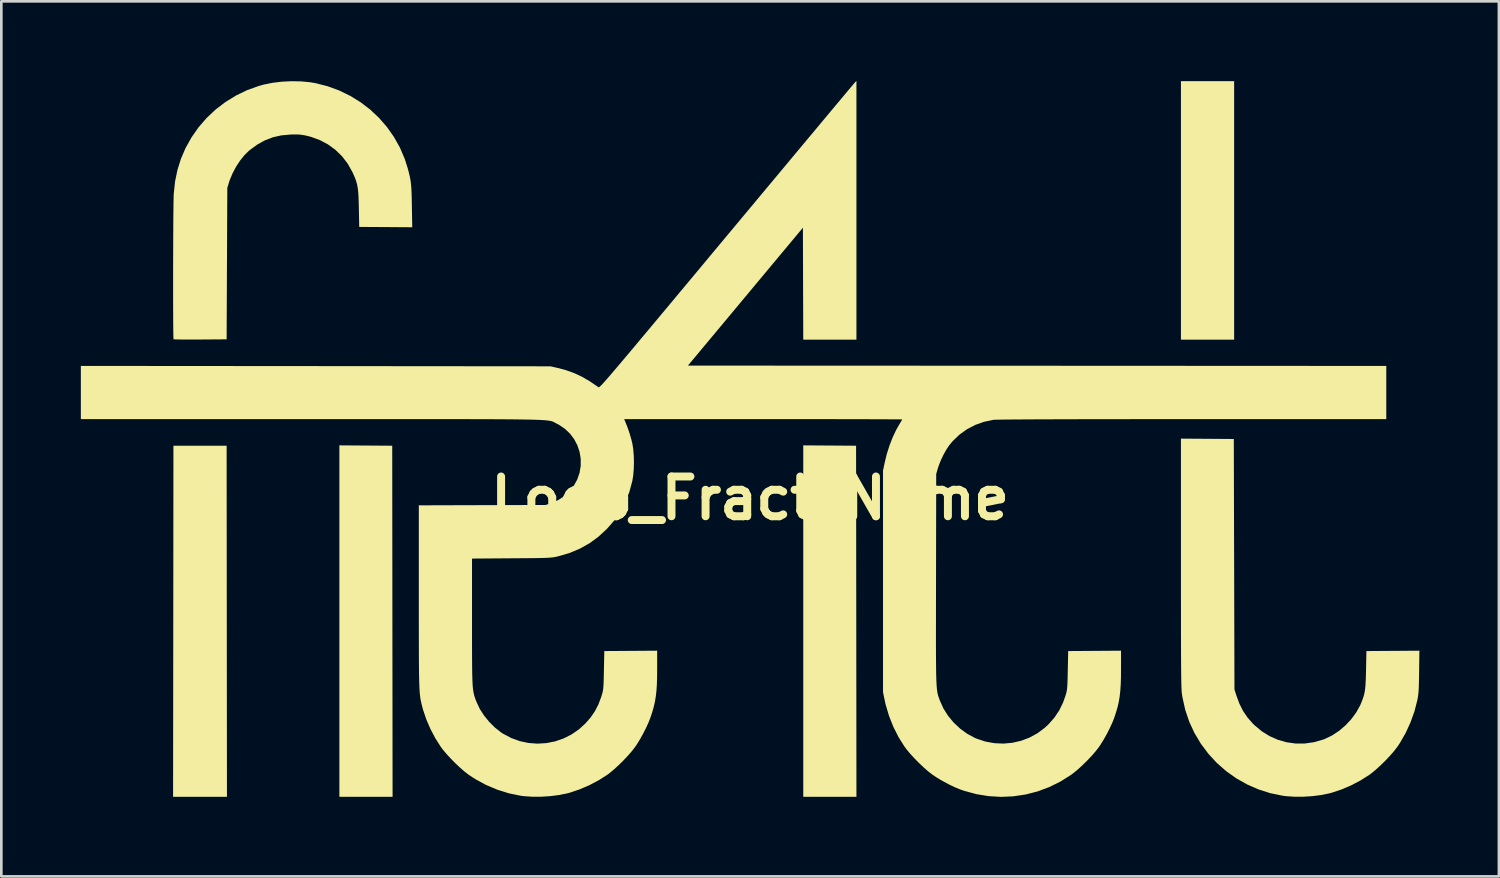
<source format=kicad_pcb>
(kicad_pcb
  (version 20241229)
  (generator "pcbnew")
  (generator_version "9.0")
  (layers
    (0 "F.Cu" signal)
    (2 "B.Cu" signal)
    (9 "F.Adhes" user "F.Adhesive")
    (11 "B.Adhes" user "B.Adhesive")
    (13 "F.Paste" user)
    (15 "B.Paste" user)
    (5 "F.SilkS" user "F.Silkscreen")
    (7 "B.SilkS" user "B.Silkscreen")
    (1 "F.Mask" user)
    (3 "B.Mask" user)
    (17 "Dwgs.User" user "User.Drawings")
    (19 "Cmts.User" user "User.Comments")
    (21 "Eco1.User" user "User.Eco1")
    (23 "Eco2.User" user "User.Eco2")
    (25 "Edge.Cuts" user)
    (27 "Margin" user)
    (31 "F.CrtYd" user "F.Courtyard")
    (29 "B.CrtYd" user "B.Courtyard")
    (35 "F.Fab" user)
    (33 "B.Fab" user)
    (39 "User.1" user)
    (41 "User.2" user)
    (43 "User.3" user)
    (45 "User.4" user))
  (footprint "Logo_Fract_Name"
    (layer "F.Cu")
    (at 25.248 13.499)
    (property "Reference" "Logo_Fract_Name" (at 0 2.25 0) (layer "F.SilkS") (effects (font (size 1.5 1.5) (thickness 0.3))))
    (attr board_only exclude_from_pos_files exclude_from_bom)
    (fp_poly (pts (xy -19.742 6.89) (xy -19.736 13.513) (xy -20.752 13.513) (xy -21.768 13.513) (xy -21.761 6.89) (xy -21.755 0.267) (xy -20.752 0.267) (xy -19.748 0.267)) (stroke (width 0) (type solid)) (fill yes) (layer "F.SilkS"))
    (fp_poly (pts (xy -14.497 0.26) (xy -13.5 0.267) (xy -13.494 6.89) (xy -13.487 13.513) (xy -14.491 13.513) (xy -15.494 13.513) (xy -15.494 6.883) (xy -15.494 0.253)) (stroke (width 0) (type solid)) (fill yes) (layer "F.SilkS"))
    (fp_poly (pts (xy 3.004 0.26) (xy 4 0.267) (xy 4.007 6.89) (xy 4.013 13.513) (xy 3.01 13.513) (xy 2.007 13.513) (xy 2.007 6.883) (xy 2.007 0.253)) (stroke (width 0) (type solid)) (fill yes) (layer "F.SilkS"))
    (fp_poly (pts (xy 18.263 -8.611) (xy 18.263 -3.734) (xy 17.259 -3.734) (xy 16.256 -3.734) (xy 16.256 -8.611) (xy 16.256 -13.487) (xy 17.259 -13.487) (xy 18.263 -13.487)) (stroke (width 0) (type solid)) (fill yes) (layer "F.SilkS"))
    (fp_poly (pts (xy 17.253 0.006) (xy 18.25 0.013) (xy 18.263 4.737) (xy 18.275 9.461) (xy 18.344 9.681) (xy 18.46 9.996) (xy 18.599 10.273) (xy 18.769 10.523) (xy 18.974 10.755) (xy 19.029 10.809) (xy 19.302 11.038) (xy 19.598 11.222) (xy 19.912 11.361) (xy 20.241 11.455) (xy 20.579 11.502) (xy 20.924 11.502) (xy 21.27 11.453) (xy 21.614 11.356) (xy 21.681 11.331) (xy 21.952 11.201) (xy 22.215 11.029) (xy 22.46 10.821) (xy 22.681 10.585) (xy 22.869 10.33) (xy 23.018 10.062) (xy 23.053 9.981) (xy 23.1 9.861) (xy 23.138 9.753) (xy 23.168 9.65) (xy 23.19 9.543) (xy 23.207 9.424) (xy 23.219 9.285) (xy 23.228 9.118) (xy 23.235 8.915) (xy 23.239 8.725) (xy 23.254 8.014) (xy 24.253 8.007) (xy 25.252 8) (xy 25.242 8.794) (xy 25.238 9.026) (xy 25.234 9.214) (xy 25.23 9.366) (xy 25.224 9.489) (xy 25.216 9.592) (xy 25.206 9.681) (xy 25.194 9.765) (xy 25.178 9.849) (xy 25.174 9.868) (xy 25.066 10.288) (xy 24.916 10.706) (xy 24.731 11.109) (xy 24.516 11.483) (xy 24.415 11.633) (xy 24.296 11.787) (xy 24.146 11.96) (xy 23.976 12.14) (xy 23.797 12.316) (xy 23.619 12.479) (xy 23.453 12.617) (xy 23.368 12.68) (xy 23.044 12.887) (xy 22.69 13.074) (xy 22.323 13.232) (xy 21.957 13.355) (xy 21.849 13.384) (xy 21.549 13.445) (xy 21.219 13.487) (xy 20.876 13.509) (xy 20.538 13.509) (xy 20.221 13.488) (xy 20.091 13.471) (xy 19.629 13.376) (xy 19.181 13.233) (xy 18.752 13.046) (xy 18.345 12.816) (xy 17.964 12.546) (xy 17.612 12.237) (xy 17.294 11.893) (xy 17.011 11.515) (xy 17.005 11.506) (xy 16.762 11.098) (xy 16.567 10.674) (xy 16.418 10.232) (xy 16.315 9.768) (xy 16.296 9.649) (xy 16.291 9.611) (xy 16.286 9.565) (xy 16.282 9.51) (xy 16.278 9.443) (xy 16.275 9.361) (xy 16.272 9.263) (xy 16.269 9.146) (xy 16.267 9.009) (xy 16.265 8.848) (xy 16.263 8.661) (xy 16.262 8.447) (xy 16.26 8.203) (xy 16.259 7.927) (xy 16.258 7.617) (xy 16.257 7.27) (xy 16.257 6.884) (xy 16.257 6.458) (xy 16.256 5.987) (xy 16.256 5.472) (xy 16.256 4.909) (xy 16.256 4.689) (xy 16.256 -0.001)) (stroke (width 0) (type solid)) (fill yes) (layer "F.SilkS"))
    (fp_poly (pts (xy -16.932 -13.478) (xy -16.589 -13.445) (xy -16.399 -13.413) (xy -15.939 -13.296) (xy -15.499 -13.134) (xy -15.082 -12.931) (xy -14.69 -12.689) (xy -14.326 -12.41) (xy -13.994 -12.097) (xy -13.695 -11.752) (xy -13.433 -11.378) (xy -13.209 -10.978) (xy -13.028 -10.554) (xy -12.917 -10.204) (xy -12.878 -10.058) (xy -12.847 -9.931) (xy -12.822 -9.812) (xy -12.803 -9.695) (xy -12.789 -9.57) (xy -12.778 -9.429) (xy -12.77 -9.264) (xy -12.764 -9.067) (xy -12.76 -8.83) (xy -12.759 -8.769) (xy -12.745 -7.975) (xy -13.745 -7.982) (xy -14.745 -7.988) (xy -14.759 -8.687) (xy -14.765 -8.936) (xy -14.773 -9.142) (xy -14.785 -9.314) (xy -14.802 -9.46) (xy -14.826 -9.588) (xy -14.858 -9.706) (xy -14.899 -9.824) (xy -14.952 -9.948) (xy -15.009 -10.071) (xy -15.184 -10.38) (xy -15.397 -10.656) (xy -15.644 -10.897) (xy -15.923 -11.1) (xy -16.231 -11.264) (xy -16.564 -11.386) (xy -16.764 -11.436) (xy -16.885 -11.458) (xy -16.996 -11.472) (xy -17.116 -11.477) (xy -17.261 -11.476) (xy -17.348 -11.473) (xy -17.689 -11.441) (xy -18.005 -11.369) (xy -18.304 -11.254) (xy -18.591 -11.095) (xy -18.874 -10.888) (xy -18.907 -10.861) (xy -19.075 -10.696) (xy -19.238 -10.493) (xy -19.39 -10.262) (xy -19.522 -10.014) (xy -19.628 -9.762) (xy -19.664 -9.652) (xy -19.722 -9.461) (xy -19.735 -6.604) (xy -19.748 -3.747) (xy -20.741 -3.74) (xy -20.961 -3.739) (xy -21.164 -3.739) (xy -21.347 -3.739) (xy -21.502 -3.741) (xy -21.624 -3.743) (xy -21.708 -3.746) (xy -21.748 -3.749) (xy -21.751 -3.75) (xy -21.754 -3.778) (xy -21.756 -3.853) (xy -21.759 -3.971) (xy -21.761 -4.127) (xy -21.763 -4.318) (xy -21.764 -4.54) (xy -21.765 -4.788) (xy -21.766 -5.06) (xy -21.767 -5.35) (xy -21.767 -5.654) (xy -21.767 -5.97) (xy -21.767 -6.292) (xy -21.766 -6.616) (xy -21.765 -6.939) (xy -21.764 -7.257) (xy -21.763 -7.566) (xy -21.761 -7.861) (xy -21.76 -8.139) (xy -21.758 -8.395) (xy -21.755 -8.626) (xy -21.753 -8.828) (xy -21.75 -8.996) (xy -21.747 -9.127) (xy -21.744 -9.216) (xy -21.743 -9.233) (xy -21.694 -9.699) (xy -21.603 -10.139) (xy -21.47 -10.562) (xy -21.299 -10.96) (xy -21.072 -11.368) (xy -20.805 -11.749) (xy -20.5 -12.1) (xy -20.161 -12.419) (xy -19.791 -12.701) (xy -19.394 -12.945) (xy -18.974 -13.148) (xy -18.533 -13.306) (xy -18.343 -13.359) (xy -18.016 -13.425) (xy -17.661 -13.468) (xy -17.294 -13.485)) (stroke (width 0) (type solid)) (fill yes) (layer "F.SilkS"))
    (fp_poly (pts (xy 4.013 -8.616) (xy 4.013 -3.734) (xy 3.01 -3.734) (xy 2.007 -3.734) (xy 2 -5.846) (xy 1.994 -7.959) (xy -0.175 -5.357) (xy -2.344 -2.756) (xy 10.83 -2.75) (xy 24.003 -2.743) (xy 24.003 -1.74) (xy 24.003 -0.737) (xy 16.681 -0.736) (xy 15.88 -0.736) (xy 15.121 -0.736) (xy 14.406 -0.735) (xy 13.733 -0.734) (xy 13.105 -0.734) (xy 12.522 -0.733) (xy 11.983 -0.731) (xy 11.491 -0.73) (xy 11.044 -0.729) (xy 10.644 -0.727) (xy 10.291 -0.725) (xy 9.985 -0.723) (xy 9.728 -0.721) (xy 9.519 -0.719) (xy 9.36 -0.716) (xy 9.25 -0.714) (xy 9.19 -0.711) (xy 9.182 -0.71) (xy 8.826 -0.635) (xy 8.491 -0.516) (xy 8.181 -0.353) (xy 7.898 -0.15) (xy 7.646 0.092) (xy 7.512 0.254) (xy 7.411 0.404) (xy 7.308 0.586) (xy 7.212 0.783) (xy 7.132 0.978) (xy 7.081 1.13) (xy 7.023 1.333) (xy 7.016 5.295) (xy 7.015 5.833) (xy 7.014 6.322) (xy 7.014 6.766) (xy 7.013 7.166) (xy 7.013 7.526) (xy 7.013 7.847) (xy 7.014 8.133) (xy 7.016 8.385) (xy 7.018 8.606) (xy 7.02 8.799) (xy 7.024 8.967) (xy 7.028 9.111) (xy 7.034 9.234) (xy 7.04 9.339) (xy 7.048 9.429) (xy 7.057 9.505) (xy 7.067 9.57) (xy 7.078 9.627) (xy 7.091 9.679) (xy 7.106 9.727) (xy 7.122 9.774) (xy 7.14 9.824) (xy 7.16 9.877) (xy 7.165 9.892) (xy 7.296 10.181) (xy 7.47 10.457) (xy 7.682 10.712) (xy 7.925 10.94) (xy 8.192 11.135) (xy 8.478 11.289) (xy 8.55 11.32) (xy 8.882 11.429) (xy 9.22 11.49) (xy 9.561 11.505) (xy 9.898 11.474) (xy 10.228 11.398) (xy 10.544 11.278) (xy 10.842 11.115) (xy 11.116 10.911) (xy 11.26 10.777) (xy 11.485 10.521) (xy 11.666 10.249) (xy 11.811 9.951) (xy 11.903 9.69) (xy 11.923 9.621) (xy 11.939 9.559) (xy 11.952 9.495) (xy 11.961 9.424) (xy 11.968 9.337) (xy 11.974 9.227) (xy 11.979 9.086) (xy 11.983 8.908) (xy 11.987 8.738) (xy 12.002 8.014) (xy 12.998 8.007) (xy 13.995 8) (xy 13.995 8.69) (xy 13.993 9.003) (xy 13.984 9.274) (xy 13.968 9.514) (xy 13.944 9.729) (xy 13.91 9.931) (xy 13.865 10.127) (xy 13.807 10.327) (xy 13.739 10.533) (xy 13.665 10.72) (xy 13.567 10.932) (xy 13.454 11.153) (xy 13.333 11.368) (xy 13.212 11.561) (xy 13.163 11.633) (xy 13.044 11.787) (xy 12.894 11.96) (xy 12.724 12.14) (xy 12.545 12.316) (xy 12.367 12.479) (xy 12.201 12.617) (xy 12.116 12.68) (xy 11.711 12.936) (xy 11.288 13.145) (xy 10.849 13.309) (xy 10.397 13.425) (xy 9.937 13.494) (xy 9.472 13.515) (xy 9.005 13.488) (xy 8.539 13.412) (xy 8.078 13.287) (xy 7.917 13.231) (xy 7.72 13.149) (xy 7.5 13.044) (xy 7.275 12.923) (xy 7.06 12.797) (xy 6.883 12.68) (xy 6.729 12.561) (xy 6.557 12.411) (xy 6.377 12.241) (xy 6.201 12.062) (xy 6.038 11.884) (xy 5.9 11.718) (xy 5.836 11.633) (xy 5.607 11.27) (xy 5.406 10.873) (xy 5.241 10.456) (xy 5.114 10.029) (xy 5.076 9.855) (xy 5.016 9.563) (xy 5.016 5.385) (xy 5.016 1.206) (xy 5.077 0.914) (xy 5.156 0.589) (xy 5.259 0.264) (xy 5.38 -0.048) (xy 5.514 -0.333) (xy 5.647 -0.566) (xy 5.694 -0.641) (xy 5.727 -0.698) (xy 5.74 -0.724) (xy 5.74 -0.724) (xy 5.715 -0.726) (xy 5.642 -0.727) (xy 5.522 -0.728) (xy 5.359 -0.729) (xy 5.155 -0.73) (xy 4.911 -0.731) (xy 4.631 -0.732) (xy 4.317 -0.733) (xy 3.971 -0.734) (xy 3.595 -0.734) (xy 3.192 -0.735) (xy 2.764 -0.735) (xy 2.314 -0.736) (xy 1.844 -0.736) (xy 1.356 -0.736) (xy 0.853 -0.737) (xy 0.495 -0.737) (xy -4.75 -0.737) (xy -4.709 -0.641) (xy -4.627 -0.435) (xy -4.548 -0.207) (xy -4.482 0.018) (xy -4.441 0.183) (xy -4.408 0.391) (xy -4.388 0.632) (xy -4.381 0.889) (xy -4.388 1.145) (xy -4.408 1.385) (xy -4.441 1.592) (xy -4.555 2.015) (xy -4.71 2.409) (xy -4.909 2.777) (xy -5.152 3.121) (xy -5.405 3.408) (xy -5.721 3.7) (xy -6.059 3.947) (xy -6.422 4.151) (xy -6.812 4.314) (xy -7.233 4.437) (xy -7.285 4.449) (xy -7.339 4.461) (xy -7.392 4.471) (xy -7.448 4.479) (xy -7.513 4.486) (xy -7.589 4.492) (xy -7.683 4.497) (xy -7.798 4.501) (xy -7.939 4.504) (xy -8.111 4.507) (xy -8.317 4.509) (xy -8.564 4.511) (xy -8.854 4.513) (xy -9.011 4.514) (xy -10.49 4.525) (xy -10.49 6.904) (xy -10.49 7.323) (xy -10.49 7.695) (xy -10.489 8.022) (xy -10.488 8.309) (xy -10.486 8.558) (xy -10.484 8.774) (xy -10.48 8.959) (xy -10.475 9.117) (xy -10.469 9.252) (xy -10.461 9.366) (xy -10.451 9.463) (xy -10.438 9.547) (xy -10.424 9.621) (xy -10.407 9.688) (xy -10.388 9.751) (xy -10.366 9.815) (xy -10.34 9.882) (xy -10.315 9.946) (xy -10.197 10.195) (xy -10.038 10.443) (xy -9.847 10.679) (xy -9.634 10.893) (xy -9.407 11.074) (xy -9.322 11.131) (xy -9.012 11.294) (xy -8.69 11.411) (xy -8.358 11.482) (xy -8.023 11.507) (xy -7.689 11.487) (xy -7.361 11.423) (xy -7.043 11.315) (xy -6.741 11.163) (xy -6.458 10.969) (xy -6.22 10.753) (xy -6.018 10.523) (xy -5.855 10.286) (xy -5.722 10.028) (xy -5.613 9.737) (xy -5.596 9.681) (xy -5.576 9.614) (xy -5.56 9.553) (xy -5.548 9.489) (xy -5.539 9.417) (xy -5.532 9.328) (xy -5.526 9.215) (xy -5.521 9.071) (xy -5.517 8.888) (xy -5.514 8.738) (xy -5.499 8.014) (xy -4.502 8.007) (xy -3.505 8) (xy -3.505 8.69) (xy -3.508 9.003) (xy -3.516 9.274) (xy -3.532 9.514) (xy -3.557 9.729) (xy -3.591 9.931) (xy -3.636 10.127) (xy -3.693 10.327) (xy -3.762 10.533) (xy -3.836 10.72) (xy -3.933 10.932) (xy -4.047 11.153) (xy -4.168 11.368) (xy -4.288 11.561) (xy -4.338 11.633) (xy -4.457 11.787) (xy -4.607 11.96) (xy -4.777 12.14) (xy -4.956 12.316) (xy -5.134 12.479) (xy -5.3 12.617) (xy -5.385 12.68) (xy -5.709 12.887) (xy -6.063 13.074) (xy -6.43 13.232) (xy -6.795 13.355) (xy -6.904 13.384) (xy -7.204 13.445) (xy -7.534 13.487) (xy -7.876 13.509) (xy -8.215 13.509) (xy -8.532 13.488) (xy -8.661 13.471) (xy -9.103 13.38) (xy -9.541 13.242) (xy -9.967 13.062) (xy -10.371 12.842) (xy -10.617 12.68) (xy -10.771 12.561) (xy -10.943 12.412) (xy -11.123 12.242) (xy -11.3 12.062) (xy -11.463 11.884) (xy -11.601 11.719) (xy -11.664 11.633) (xy -11.871 11.309) (xy -12.058 10.955) (xy -12.216 10.588) (xy -12.339 10.223) (xy -12.368 10.114) (xy -12.386 10.044) (xy -12.402 9.978) (xy -12.416 9.914) (xy -12.429 9.849) (xy -12.44 9.781) (xy -12.45 9.706) (xy -12.459 9.621) (xy -12.467 9.524) (xy -12.473 9.413) (xy -12.479 9.283) (xy -12.483 9.134) (xy -12.487 8.961) (xy -12.49 8.762) (xy -12.492 8.534) (xy -12.494 8.275) (xy -12.495 7.981) (xy -12.496 7.65) (xy -12.496 7.279) (xy -12.497 6.865) (xy -12.497 6.406) (xy -12.497 5.948) (xy -12.497 2.516) (xy -10.103 2.509) (xy -7.709 2.502) (xy -7.504 2.432) (xy -7.235 2.316) (xy -6.999 2.162) (xy -6.795 1.969) (xy -6.655 1.787) (xy -6.52 1.542) (xy -6.432 1.286) (xy -6.389 1.024) (xy -6.389 0.761) (xy -6.431 0.503) (xy -6.513 0.255) (xy -6.635 0.022) (xy -6.794 -0.189) (xy -6.99 -0.375) (xy -7.22 -0.529) (xy -7.303 -0.571) (xy -7.332 -0.586) (xy -7.357 -0.6) (xy -7.381 -0.613) (xy -7.403 -0.625) (xy -7.427 -0.637) (xy -7.453 -0.647) (xy -7.484 -0.657) (xy -7.52 -0.666) (xy -7.563 -0.674) (xy -7.616 -0.682) (xy -7.679 -0.689) (xy -7.754 -0.696) (xy -7.844 -0.701) (xy -7.948 -0.707) (xy -8.07 -0.711) (xy -8.21 -0.716) (xy -8.371 -0.719) (xy -8.553 -0.722) (xy -8.759 -0.725) (xy -8.99 -0.728) (xy -9.248 -0.73) (xy -9.534 -0.732) (xy -9.85 -0.733) (xy -10.197 -0.734) (xy -10.578 -0.735) (xy -10.993 -0.736) (xy -11.445 -0.736) (xy -11.934 -0.737) (xy -12.463 -0.737) (xy -13.033 -0.737) (xy -13.646 -0.737) (xy -14.304 -0.737) (xy -15.007 -0.737) (xy -15.758 -0.737) (xy -16.558 -0.737) (xy -16.56 -0.737) (xy -25.248 -0.737) (xy -25.248 -1.74) (xy -25.248 -2.744) (xy -16.389 -2.737) (xy -7.531 -2.729) (xy -7.277 -2.671) (xy -6.945 -2.583) (xy -6.639 -2.474) (xy -6.347 -2.338) (xy -6.056 -2.17) (xy -5.754 -1.964) (xy -5.724 -1.942) (xy -5.718 -1.939) (xy -5.711 -1.938) (xy -5.701 -1.94) (xy -5.688 -1.948) (xy -5.67 -1.962) (xy -5.646 -1.983) (xy -5.616 -2.013) (xy -5.577 -2.053) (xy -5.53 -2.105) (xy -5.472 -2.169) (xy -5.403 -2.248) (xy -5.321 -2.341) (xy -5.226 -2.452) (xy -5.117 -2.58) (xy -4.991 -2.728) (xy -4.849 -2.896) (xy -4.689 -3.086) (xy -4.509 -3.299) (xy -4.31 -3.537) (xy -4.089 -3.801) (xy -3.846 -4.091) (xy -3.579 -4.41) (xy -3.288 -4.759) (xy -2.971 -5.139) (xy -2.628 -5.551) (xy -2.256 -5.996) (xy -1.855 -6.477) (xy -1.425 -6.994) (xy -0.963 -7.548) (xy -0.888 -7.637) (xy -0.495 -8.109) (xy -0.11 -8.57) (xy 0.265 -9.02) (xy 0.63 -9.458) (xy 0.982 -9.88) (xy 1.322 -10.287) (xy 1.646 -10.676) (xy 1.955 -11.046) (xy 2.247 -11.396) (xy 2.52 -11.723) (xy 2.774 -12.027) (xy 3.006 -12.305) (xy 3.216 -12.557) (xy 3.403 -12.78) (xy 3.564 -12.973) (xy 3.7 -13.135) (xy 3.808 -13.264) (xy 3.887 -13.358) (xy 3.936 -13.416) (xy 3.953 -13.436) (xy 4.013 -13.499)) (stroke (width 0) (type solid)) (fill yes) (layer "F.SilkS")))
  (gr_rect
    (start -3 -3)
    (end 53.5 30.014)
    (stroke (width 0.1) (type default))
    (fill no)
    (layer "Edge.Cuts")))
</source>
